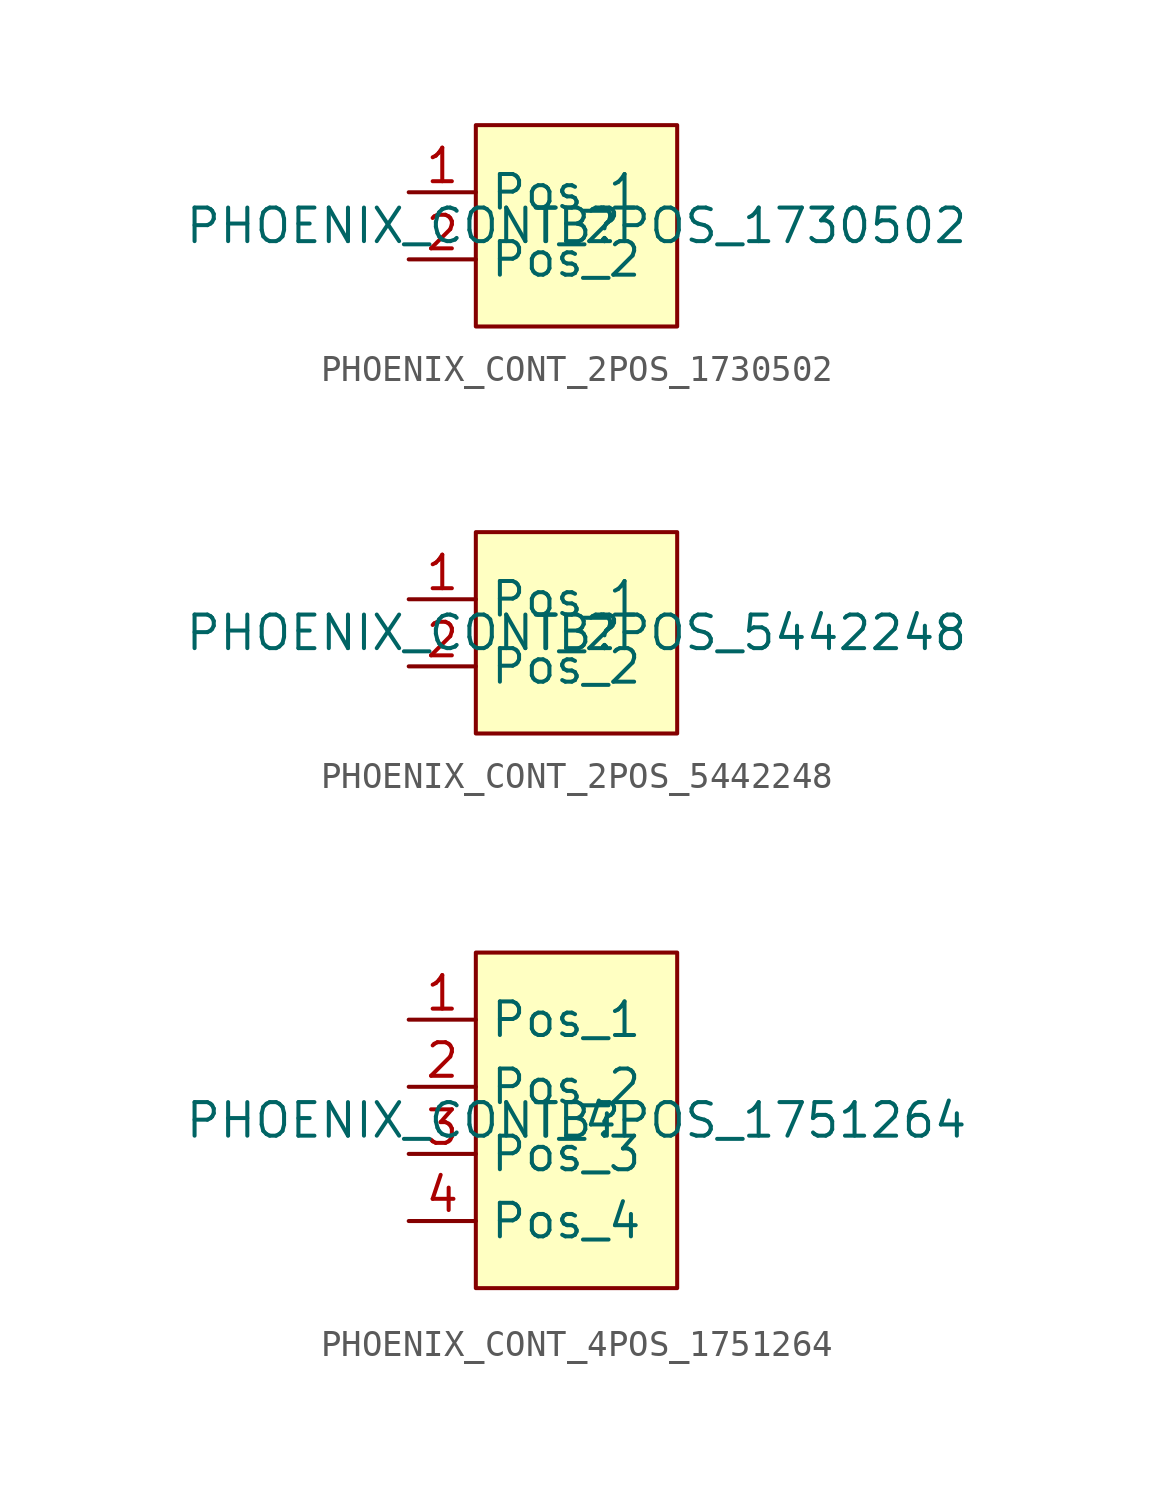
<source format=kicad_sym>
(kicad_symbol_lib
  (version 20220914)
  (generator kicad_symbol_editor)
  (symbol "PHOENIX_CONT_2POS_1730502"
    (property "Reference" "TB"
      (at 0 0 0)
      (effects (font (size 1.27 1.27))))
    (property "Value" "PHOENIX_CONT_2POS_1730502"
      (at 0 0 0)
      (effects (font (size 1.27 1.27))))
    (symbol "PHOENIX_CONT_2POS_1730502_1_1"
      (rectangle (start -3.81 3.81) (end 3.81 -3.81) (stroke (width 0) (type default)) (fill (type background)))
      (pin bidirectional line (at -6.35 1.27 0) (length 2.54) (name "Pos_1" (effects (font (size 1.27 1.27)))) (number "1" (effects (font (size 1.27 1.27)))) (alternate "Pos_1" bidirectional line))
      (pin bidirectional line (at -6.35 -1.27 0) (length 2.54) (name "Pos_2" (effects (font (size 1.27 1.27)))) (number "2" (effects (font (size 1.27 1.27)))) (alternate "Pos_2" bidirectional line))))
  (symbol "PHOENIX_CONT_2POS_5442248"
    (property "Reference" "TB"
      (at 0 0 0)
      (effects (font (size 1.27 1.27))))
    (property "Value" "PHOENIX_CONT_2POS_5442248"
      (at 0 0 0)
      (effects (font (size 1.27 1.27))))
    (symbol "PHOENIX_CONT_2POS_5442248_1_1"
      (rectangle (start -3.81 3.81) (end 3.81 -3.81) (stroke (width 0) (type default)) (fill (type background)))
      (pin bidirectional line (at -6.35 1.27 0) (length 2.54) (name "Pos_1" (effects (font (size 1.27 1.27)))) (number "1" (effects (font (size 1.27 1.27)))))
      (pin bidirectional line (at -6.35 -1.27 0) (length 2.54) (name "Pos_2" (effects (font (size 1.27 1.27)))) (number "2" (effects (font (size 1.27 1.27)))))))
  (symbol "PHOENIX_CONT_4POS_1751264"
    (property "Reference" "TB"
      (at 0 0 0)
      (effects (font (size 1.27 1.27))))
    (property "Value" "PHOENIX_CONT_4POS_1751264"
      (at 0 0 0)
      (effects (font (size 1.27 1.27))))
    (symbol "PHOENIX_CONT_4POS_1751264_1_1"
      (rectangle (start -3.81 6.35) (end 3.81 -6.35) (stroke (width 0) (type default)) (fill (type background)))
      (pin bidirectional line (at -6.35 3.81 0) (length 2.54) (name "Pos_1" (effects (font (size 1.27 1.27)))) (number "1" (effects (font (size 1.27 1.27)))))
      (pin bidirectional line (at -6.35 1.27 0) (length 2.54) (name "Pos_2" (effects (font (size 1.27 1.27)))) (number "2" (effects (font (size 1.27 1.27)))))
      (pin bidirectional line (at -6.35 -1.27 0) (length 2.54) (name "Pos_3" (effects (font (size 1.27 1.27)))) (number "3" (effects (font (size 1.27 1.27)))))
      (pin bidirectional line (at -6.35 -3.81 0) (length 2.54) (name "Pos_4" (effects (font (size 1.27 1.27)))) (number "4" (effects (font (size 1.27 1.27))))))))
</source>
